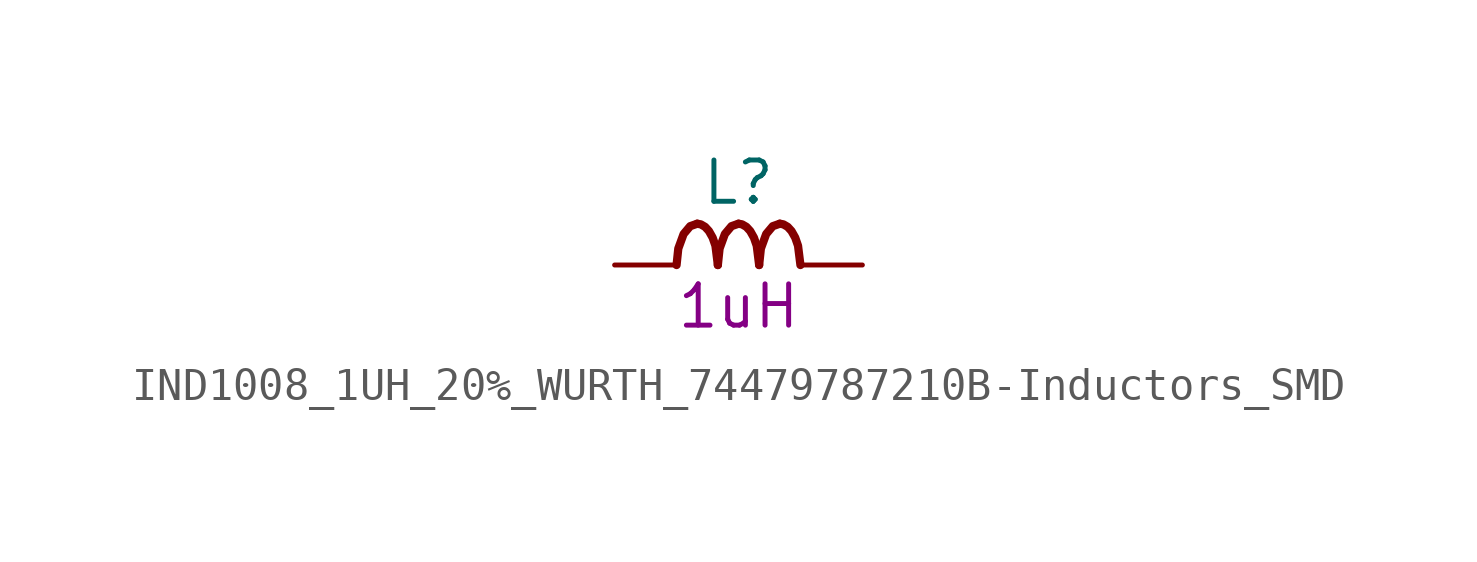
<source format=kicad_sym>
(kicad_symbol_lib
  (version 20200126)
  (host kicad_symbol_editor "(5.99.0-2809-gaceed2b0a4)")
  (symbol "LCD_Board-rescue:IND1008_1UH_20%_WURTH_74479787210B-Inductors_SMD"
    (pin_names
      (offset 1.27))
    (property "Reference" "L"
      (at 3.81 2.54 0)
      (effects (font (size 1.27 1.27))))
    (property "Val" "1uH"
      (at 3.81 -1.27 0)
      (effects (font (size 1.27 1.27))))
    (property "ki_locked" ""
      (at 0 0 0)
      (effects (font (size 1.27 1.27))))
    (symbol "IND1008_1UH_20%_WURTH_74479787210B-Inductors_SMD_0_1"
      (bezier (pts (xy 2.54 1.27) (xy 2.184 1.27) (xy 1.905 0.686) (xy 1.905 0)) (stroke (width 0.254)) (fill (type none)))
      (bezier (pts (xy 3.175 0) (xy 3.175 0.686) (xy 2.896 1.27) (xy 2.54 1.27)) (stroke (width 0.254)) (fill (type none)))
      (bezier (pts (xy 3.81 1.27) (xy 3.454 1.27) (xy 3.175 0.686) (xy 3.175 0)) (stroke (width 0.254)) (fill (type none)))
      (bezier (pts (xy 4.445 0) (xy 4.445 0.686) (xy 4.166 1.27) (xy 3.81 1.27)) (stroke (width 0.254)) (fill (type none)))
      (bezier (pts (xy 5.08 1.27) (xy 4.724 1.27) (xy 4.445 0.686) (xy 4.445 0)) (stroke (width 0.254)) (fill (type none)))
      (bezier (pts (xy 5.715 0) (xy 5.715 0.686) (xy 5.436 1.27) (xy 5.08 1.27)) (stroke (width 0.254)) (fill (type none)))
      (pin passive line (at 0 0 0) (length 1.905) (name "1" (effects (font (size 0 0)))) (number "1" (effects (font (size 0 0)))))
      (pin passive line (at 7.62 0 180) (length 1.905) (name "2" (effects (font (size 0 0)))) (number "2" (effects (font (size 0 0))))))))
</source>
